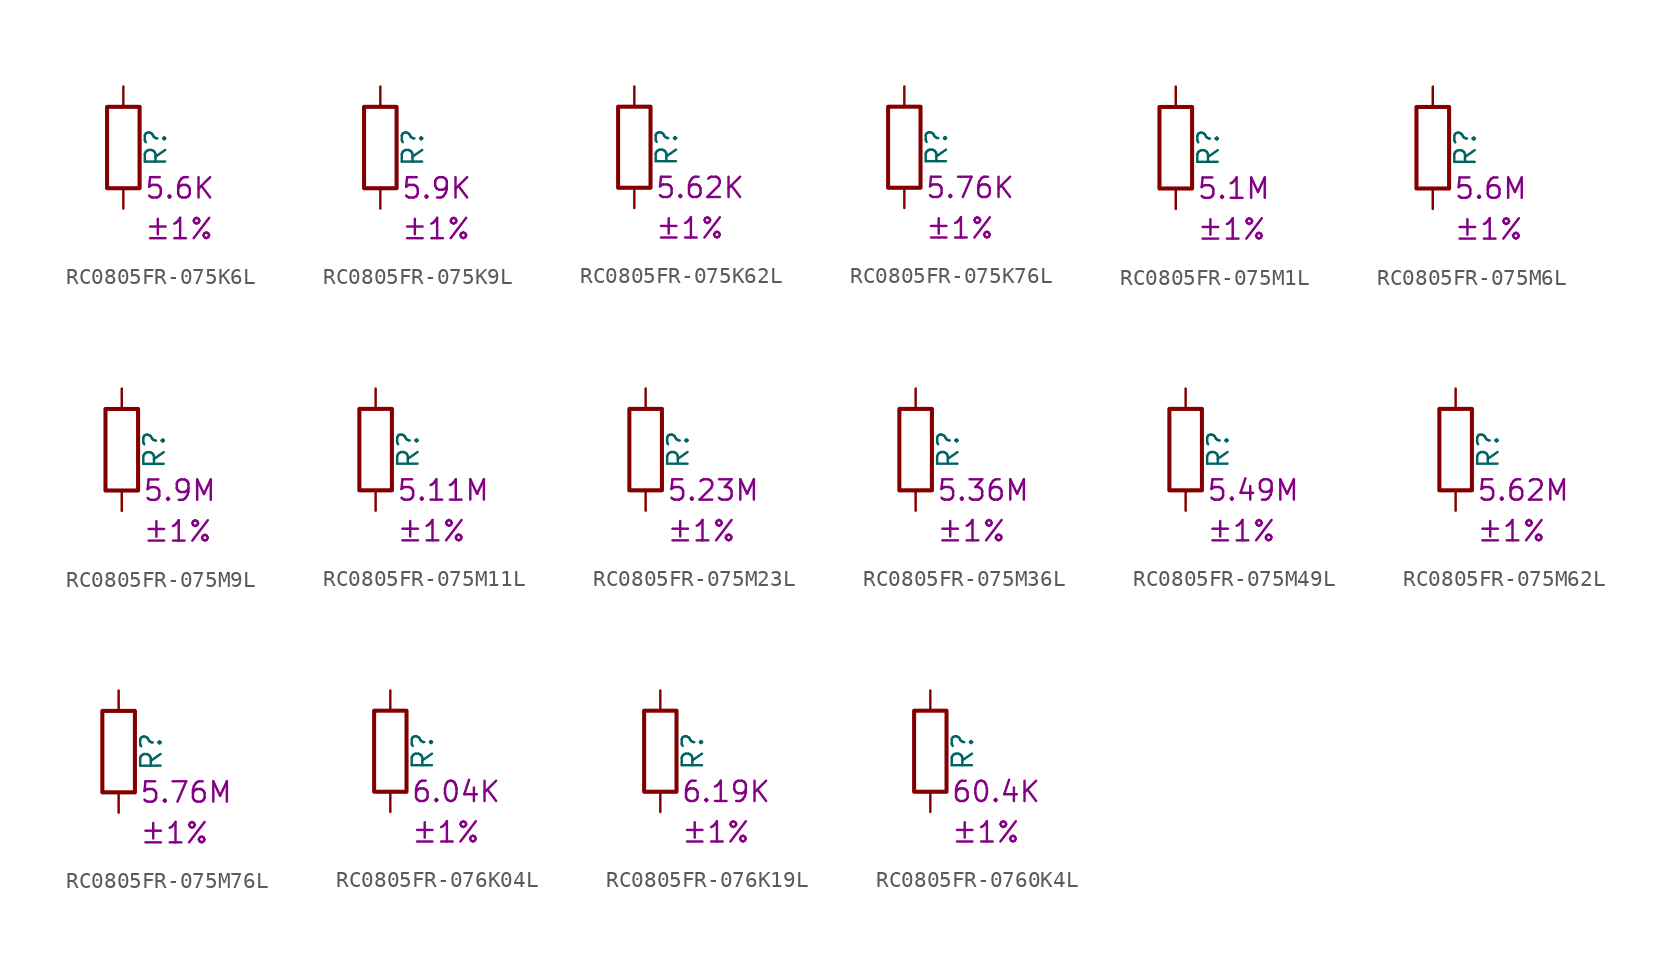
<source format=kicad_sym>
(kicad_symbol_lib
  (version 20220914)
  (generator kicad_symbol_editor)
  (symbol "RC0805FR-075K6L"
    (pin_numbers hide)
    (pin_names
      (offset 0))
    (property "Reference" "R"
      (at 2.032 0 90)
      (effects (font (size 1.27 1.27))))
    (property "Resistance" "5.6K"
      (at 1.27 -2.54 0)
      (effects (font (size 1.27 1.27)) (justify left)))
    (property "Tolerance" "±1%"
      (at 1.27 -5.08 0)
      (effects (font (size 1.27 1.27)) (justify left)))
    (symbol "RC0805FR-075K6L_0_1"
      (rectangle (start -1.016 -2.54) (end 1.016 2.54) (stroke (width 0.254) (type default)) (fill (type none))))
    (symbol "RC0805FR-075K6L_1_1"
      (pin passive line (at 0 3.81 270) (length 1.27) (name "~" (effects (font (size 1.27 1.27)))) (number "1" (effects (font (size 1.27 1.27)))))
      (pin passive line (at 0 -3.81 90) (length 1.27) (name "~" (effects (font (size 1.27 1.27)))) (number "2" (effects (font (size 1.27 1.27)))))))
  (symbol "RC0805FR-075K9L"
    (pin_numbers hide)
    (pin_names
      (offset 0))
    (property "Reference" "R"
      (at 2.032 0 90)
      (effects (font (size 1.27 1.27))))
    (property "Resistance" "5.9K"
      (at 1.27 -2.54 0)
      (effects (font (size 1.27 1.27)) (justify left)))
    (property "Tolerance" "±1%"
      (at 1.27 -5.08 0)
      (effects (font (size 1.27 1.27)) (justify left)))
    (symbol "RC0805FR-075K9L_0_1"
      (rectangle (start -1.016 -2.54) (end 1.016 2.54) (stroke (width 0.254) (type default)) (fill (type none))))
    (symbol "RC0805FR-075K9L_1_1"
      (pin passive line (at 0 3.81 270) (length 1.27) (name "~" (effects (font (size 1.27 1.27)))) (number "1" (effects (font (size 1.27 1.27)))))
      (pin passive line (at 0 -3.81 90) (length 1.27) (name "~" (effects (font (size 1.27 1.27)))) (number "2" (effects (font (size 1.27 1.27)))))))
  (symbol "RC0805FR-075K62L"
    (pin_numbers hide)
    (pin_names
      (offset 0))
    (property "Reference" "R"
      (at 2.032 0 90)
      (effects (font (size 1.27 1.27))))
    (property "Resistance" "5.62K"
      (at 1.27 -2.54 0)
      (effects (font (size 1.27 1.27)) (justify left)))
    (property "Tolerance" "±1%"
      (at 1.27 -5.08 0)
      (effects (font (size 1.27 1.27)) (justify left)))
    (symbol "RC0805FR-075K62L_0_1"
      (rectangle (start -1.016 -2.54) (end 1.016 2.54) (stroke (width 0.254) (type default)) (fill (type none))))
    (symbol "RC0805FR-075K62L_1_1"
      (pin passive line (at 0 3.81 270) (length 1.27) (name "~" (effects (font (size 1.27 1.27)))) (number "1" (effects (font (size 1.27 1.27)))))
      (pin passive line (at 0 -3.81 90) (length 1.27) (name "~" (effects (font (size 1.27 1.27)))) (number "2" (effects (font (size 1.27 1.27)))))))
  (symbol "RC0805FR-075K76L"
    (pin_numbers hide)
    (pin_names
      (offset 0))
    (property "Reference" "R"
      (at 2.032 0 90)
      (effects (font (size 1.27 1.27))))
    (property "Resistance" "5.76K"
      (at 1.27 -2.54 0)
      (effects (font (size 1.27 1.27)) (justify left)))
    (property "Tolerance" "±1%"
      (at 1.27 -5.08 0)
      (effects (font (size 1.27 1.27)) (justify left)))
    (symbol "RC0805FR-075K76L_0_1"
      (rectangle (start -1.016 -2.54) (end 1.016 2.54) (stroke (width 0.254) (type default)) (fill (type none))))
    (symbol "RC0805FR-075K76L_1_1"
      (pin passive line (at 0 3.81 270) (length 1.27) (name "~" (effects (font (size 1.27 1.27)))) (number "1" (effects (font (size 1.27 1.27)))))
      (pin passive line (at 0 -3.81 90) (length 1.27) (name "~" (effects (font (size 1.27 1.27)))) (number "2" (effects (font (size 1.27 1.27)))))))
  (symbol "RC0805FR-075M1L"
    (pin_numbers hide)
    (pin_names
      (offset 0))
    (property "Reference" "R"
      (at 2.032 0 90)
      (effects (font (size 1.27 1.27))))
    (property "Resistance" "5.1M"
      (at 1.27 -2.54 0)
      (effects (font (size 1.27 1.27)) (justify left)))
    (property "Tolerance" "±1%"
      (at 1.27 -5.08 0)
      (effects (font (size 1.27 1.27)) (justify left)))
    (symbol "RC0805FR-075M1L_0_1"
      (rectangle (start -1.016 -2.54) (end 1.016 2.54) (stroke (width 0.254) (type default)) (fill (type none))))
    (symbol "RC0805FR-075M1L_1_1"
      (pin passive line (at 0 3.81 270) (length 1.27) (name "~" (effects (font (size 1.27 1.27)))) (number "1" (effects (font (size 1.27 1.27)))))
      (pin passive line (at 0 -3.81 90) (length 1.27) (name "~" (effects (font (size 1.27 1.27)))) (number "2" (effects (font (size 1.27 1.27)))))))
  (symbol "RC0805FR-075M6L"
    (pin_numbers hide)
    (pin_names
      (offset 0))
    (property "Reference" "R"
      (at 2.032 0 90)
      (effects (font (size 1.27 1.27))))
    (property "Resistance" "5.6M"
      (at 1.27 -2.54 0)
      (effects (font (size 1.27 1.27)) (justify left)))
    (property "Tolerance" "±1%"
      (at 1.27 -5.08 0)
      (effects (font (size 1.27 1.27)) (justify left)))
    (symbol "RC0805FR-075M6L_0_1"
      (rectangle (start -1.016 -2.54) (end 1.016 2.54) (stroke (width 0.254) (type default)) (fill (type none))))
    (symbol "RC0805FR-075M6L_1_1"
      (pin passive line (at 0 3.81 270) (length 1.27) (name "~" (effects (font (size 1.27 1.27)))) (number "1" (effects (font (size 1.27 1.27)))))
      (pin passive line (at 0 -3.81 90) (length 1.27) (name "~" (effects (font (size 1.27 1.27)))) (number "2" (effects (font (size 1.27 1.27)))))))
  (symbol "RC0805FR-075M9L"
    (pin_numbers hide)
    (pin_names
      (offset 0))
    (property "Reference" "R"
      (at 2.032 0 90)
      (effects (font (size 1.27 1.27))))
    (property "Resistance" "5.9M"
      (at 1.27 -2.54 0)
      (effects (font (size 1.27 1.27)) (justify left)))
    (property "Tolerance" "±1%"
      (at 1.27 -5.08 0)
      (effects (font (size 1.27 1.27)) (justify left)))
    (symbol "RC0805FR-075M9L_0_1"
      (rectangle (start -1.016 -2.54) (end 1.016 2.54) (stroke (width 0.254) (type default)) (fill (type none))))
    (symbol "RC0805FR-075M9L_1_1"
      (pin passive line (at 0 3.81 270) (length 1.27) (name "~" (effects (font (size 1.27 1.27)))) (number "1" (effects (font (size 1.27 1.27)))))
      (pin passive line (at 0 -3.81 90) (length 1.27) (name "~" (effects (font (size 1.27 1.27)))) (number "2" (effects (font (size 1.27 1.27)))))))
  (symbol "RC0805FR-075M11L"
    (pin_numbers hide)
    (pin_names
      (offset 0))
    (property "Reference" "R"
      (at 2.032 0 90)
      (effects (font (size 1.27 1.27))))
    (property "Resistance" "5.11M"
      (at 1.27 -2.54 0)
      (effects (font (size 1.27 1.27)) (justify left)))
    (property "Tolerance" "±1%"
      (at 1.27 -5.08 0)
      (effects (font (size 1.27 1.27)) (justify left)))
    (symbol "RC0805FR-075M11L_0_1"
      (rectangle (start -1.016 -2.54) (end 1.016 2.54) (stroke (width 0.254) (type default)) (fill (type none))))
    (symbol "RC0805FR-075M11L_1_1"
      (pin passive line (at 0 3.81 270) (length 1.27) (name "~" (effects (font (size 1.27 1.27)))) (number "1" (effects (font (size 1.27 1.27)))))
      (pin passive line (at 0 -3.81 90) (length 1.27) (name "~" (effects (font (size 1.27 1.27)))) (number "2" (effects (font (size 1.27 1.27)))))))
  (symbol "RC0805FR-075M23L"
    (pin_numbers hide)
    (pin_names
      (offset 0))
    (property "Reference" "R"
      (at 2.032 0 90)
      (effects (font (size 1.27 1.27))))
    (property "Resistance" "5.23M"
      (at 1.27 -2.54 0)
      (effects (font (size 1.27 1.27)) (justify left)))
    (property "Tolerance" "±1%"
      (at 1.27 -5.08 0)
      (effects (font (size 1.27 1.27)) (justify left)))
    (symbol "RC0805FR-075M23L_0_1"
      (rectangle (start -1.016 -2.54) (end 1.016 2.54) (stroke (width 0.254) (type default)) (fill (type none))))
    (symbol "RC0805FR-075M23L_1_1"
      (pin passive line (at 0 3.81 270) (length 1.27) (name "~" (effects (font (size 1.27 1.27)))) (number "1" (effects (font (size 1.27 1.27)))))
      (pin passive line (at 0 -3.81 90) (length 1.27) (name "~" (effects (font (size 1.27 1.27)))) (number "2" (effects (font (size 1.27 1.27)))))))
  (symbol "RC0805FR-075M36L"
    (pin_numbers hide)
    (pin_names
      (offset 0))
    (property "Reference" "R"
      (at 2.032 0 90)
      (effects (font (size 1.27 1.27))))
    (property "Resistance" "5.36M"
      (at 1.27 -2.54 0)
      (effects (font (size 1.27 1.27)) (justify left)))
    (property "Tolerance" "±1%"
      (at 1.27 -5.08 0)
      (effects (font (size 1.27 1.27)) (justify left)))
    (symbol "RC0805FR-075M36L_0_1"
      (rectangle (start -1.016 -2.54) (end 1.016 2.54) (stroke (width 0.254) (type default)) (fill (type none))))
    (symbol "RC0805FR-075M36L_1_1"
      (pin passive line (at 0 3.81 270) (length 1.27) (name "~" (effects (font (size 1.27 1.27)))) (number "1" (effects (font (size 1.27 1.27)))))
      (pin passive line (at 0 -3.81 90) (length 1.27) (name "~" (effects (font (size 1.27 1.27)))) (number "2" (effects (font (size 1.27 1.27)))))))
  (symbol "RC0805FR-075M49L"
    (pin_numbers hide)
    (pin_names
      (offset 0))
    (property "Reference" "R"
      (at 2.032 0 90)
      (effects (font (size 1.27 1.27))))
    (property "Resistance" "5.49M"
      (at 1.27 -2.54 0)
      (effects (font (size 1.27 1.27)) (justify left)))
    (property "Tolerance" "±1%"
      (at 1.27 -5.08 0)
      (effects (font (size 1.27 1.27)) (justify left)))
    (symbol "RC0805FR-075M49L_0_1"
      (rectangle (start -1.016 -2.54) (end 1.016 2.54) (stroke (width 0.254) (type default)) (fill (type none))))
    (symbol "RC0805FR-075M49L_1_1"
      (pin passive line (at 0 3.81 270) (length 1.27) (name "~" (effects (font (size 1.27 1.27)))) (number "1" (effects (font (size 1.27 1.27)))))
      (pin passive line (at 0 -3.81 90) (length 1.27) (name "~" (effects (font (size 1.27 1.27)))) (number "2" (effects (font (size 1.27 1.27)))))))
  (symbol "RC0805FR-075M62L"
    (pin_numbers hide)
    (pin_names
      (offset 0))
    (property "Reference" "R"
      (at 2.032 0 90)
      (effects (font (size 1.27 1.27))))
    (property "Resistance" "5.62M"
      (at 1.27 -2.54 0)
      (effects (font (size 1.27 1.27)) (justify left)))
    (property "Tolerance" "±1%"
      (at 1.27 -5.08 0)
      (effects (font (size 1.27 1.27)) (justify left)))
    (symbol "RC0805FR-075M62L_0_1"
      (rectangle (start -1.016 -2.54) (end 1.016 2.54) (stroke (width 0.254) (type default)) (fill (type none))))
    (symbol "RC0805FR-075M62L_1_1"
      (pin passive line (at 0 3.81 270) (length 1.27) (name "~" (effects (font (size 1.27 1.27)))) (number "1" (effects (font (size 1.27 1.27)))))
      (pin passive line (at 0 -3.81 90) (length 1.27) (name "~" (effects (font (size 1.27 1.27)))) (number "2" (effects (font (size 1.27 1.27)))))))
  (symbol "RC0805FR-075M76L"
    (pin_numbers hide)
    (pin_names
      (offset 0))
    (property "Reference" "R"
      (at 2.032 0 90)
      (effects (font (size 1.27 1.27))))
    (property "Resistance" "5.76M"
      (at 1.27 -2.54 0)
      (effects (font (size 1.27 1.27)) (justify left)))
    (property "Tolerance" "±1%"
      (at 1.27 -5.08 0)
      (effects (font (size 1.27 1.27)) (justify left)))
    (symbol "RC0805FR-075M76L_0_1"
      (rectangle (start -1.016 -2.54) (end 1.016 2.54) (stroke (width 0.254) (type default)) (fill (type none))))
    (symbol "RC0805FR-075M76L_1_1"
      (pin passive line (at 0 3.81 270) (length 1.27) (name "~" (effects (font (size 1.27 1.27)))) (number "1" (effects (font (size 1.27 1.27)))))
      (pin passive line (at 0 -3.81 90) (length 1.27) (name "~" (effects (font (size 1.27 1.27)))) (number "2" (effects (font (size 1.27 1.27)))))))
  (symbol "RC0805FR-076K04L"
    (pin_numbers hide)
    (pin_names
      (offset 0))
    (property "Reference" "R"
      (at 2.032 0 90)
      (effects (font (size 1.27 1.27))))
    (property "Resistance" "6.04K"
      (at 1.27 -2.54 0)
      (effects (font (size 1.27 1.27)) (justify left)))
    (property "Tolerance" "±1%"
      (at 1.27 -5.08 0)
      (effects (font (size 1.27 1.27)) (justify left)))
    (symbol "RC0805FR-076K04L_0_1"
      (rectangle (start -1.016 -2.54) (end 1.016 2.54) (stroke (width 0.254) (type default)) (fill (type none))))
    (symbol "RC0805FR-076K04L_1_1"
      (pin passive line (at 0 3.81 270) (length 1.27) (name "~" (effects (font (size 1.27 1.27)))) (number "1" (effects (font (size 1.27 1.27)))))
      (pin passive line (at 0 -3.81 90) (length 1.27) (name "~" (effects (font (size 1.27 1.27)))) (number "2" (effects (font (size 1.27 1.27)))))))
  (symbol "RC0805FR-076K19L"
    (pin_numbers hide)
    (pin_names
      (offset 0))
    (property "Reference" "R"
      (at 2.032 0 90)
      (effects (font (size 1.27 1.27))))
    (property "Resistance" "6.19K"
      (at 1.27 -2.54 0)
      (effects (font (size 1.27 1.27)) (justify left)))
    (property "Tolerance" "±1%"
      (at 1.27 -5.08 0)
      (effects (font (size 1.27 1.27)) (justify left)))
    (symbol "RC0805FR-076K19L_0_1"
      (rectangle (start -1.016 -2.54) (end 1.016 2.54) (stroke (width 0.254) (type default)) (fill (type none))))
    (symbol "RC0805FR-076K19L_1_1"
      (pin passive line (at 0 3.81 270) (length 1.27) (name "~" (effects (font (size 1.27 1.27)))) (number "1" (effects (font (size 1.27 1.27)))))
      (pin passive line (at 0 -3.81 90) (length 1.27) (name "~" (effects (font (size 1.27 1.27)))) (number "2" (effects (font (size 1.27 1.27)))))))
  (symbol "RC0805FR-0760K4L"
    (pin_numbers hide)
    (pin_names
      (offset 0))
    (property "Reference" "R"
      (at 2.032 0 90)
      (effects (font (size 1.27 1.27))))
    (property "Resistance" "60.4K"
      (at 1.27 -2.54 0)
      (effects (font (size 1.27 1.27)) (justify left)))
    (property "Tolerance" "±1%"
      (at 1.27 -5.08 0)
      (effects (font (size 1.27 1.27)) (justify left)))
    (symbol "RC0805FR-0760K4L_0_1"
      (rectangle (start -1.016 -2.54) (end 1.016 2.54) (stroke (width 0.254) (type default)) (fill (type none))))
    (symbol "RC0805FR-0760K4L_1_1"
      (pin passive line (at 0 3.81 270) (length 1.27) (name "~" (effects (font (size 1.27 1.27)))) (number "1" (effects (font (size 1.27 1.27)))))
      (pin passive line (at 0 -3.81 90) (length 1.27) (name "~" (effects (font (size 1.27 1.27)))) (number "2" (effects (font (size 1.27 1.27))))))))
</source>
